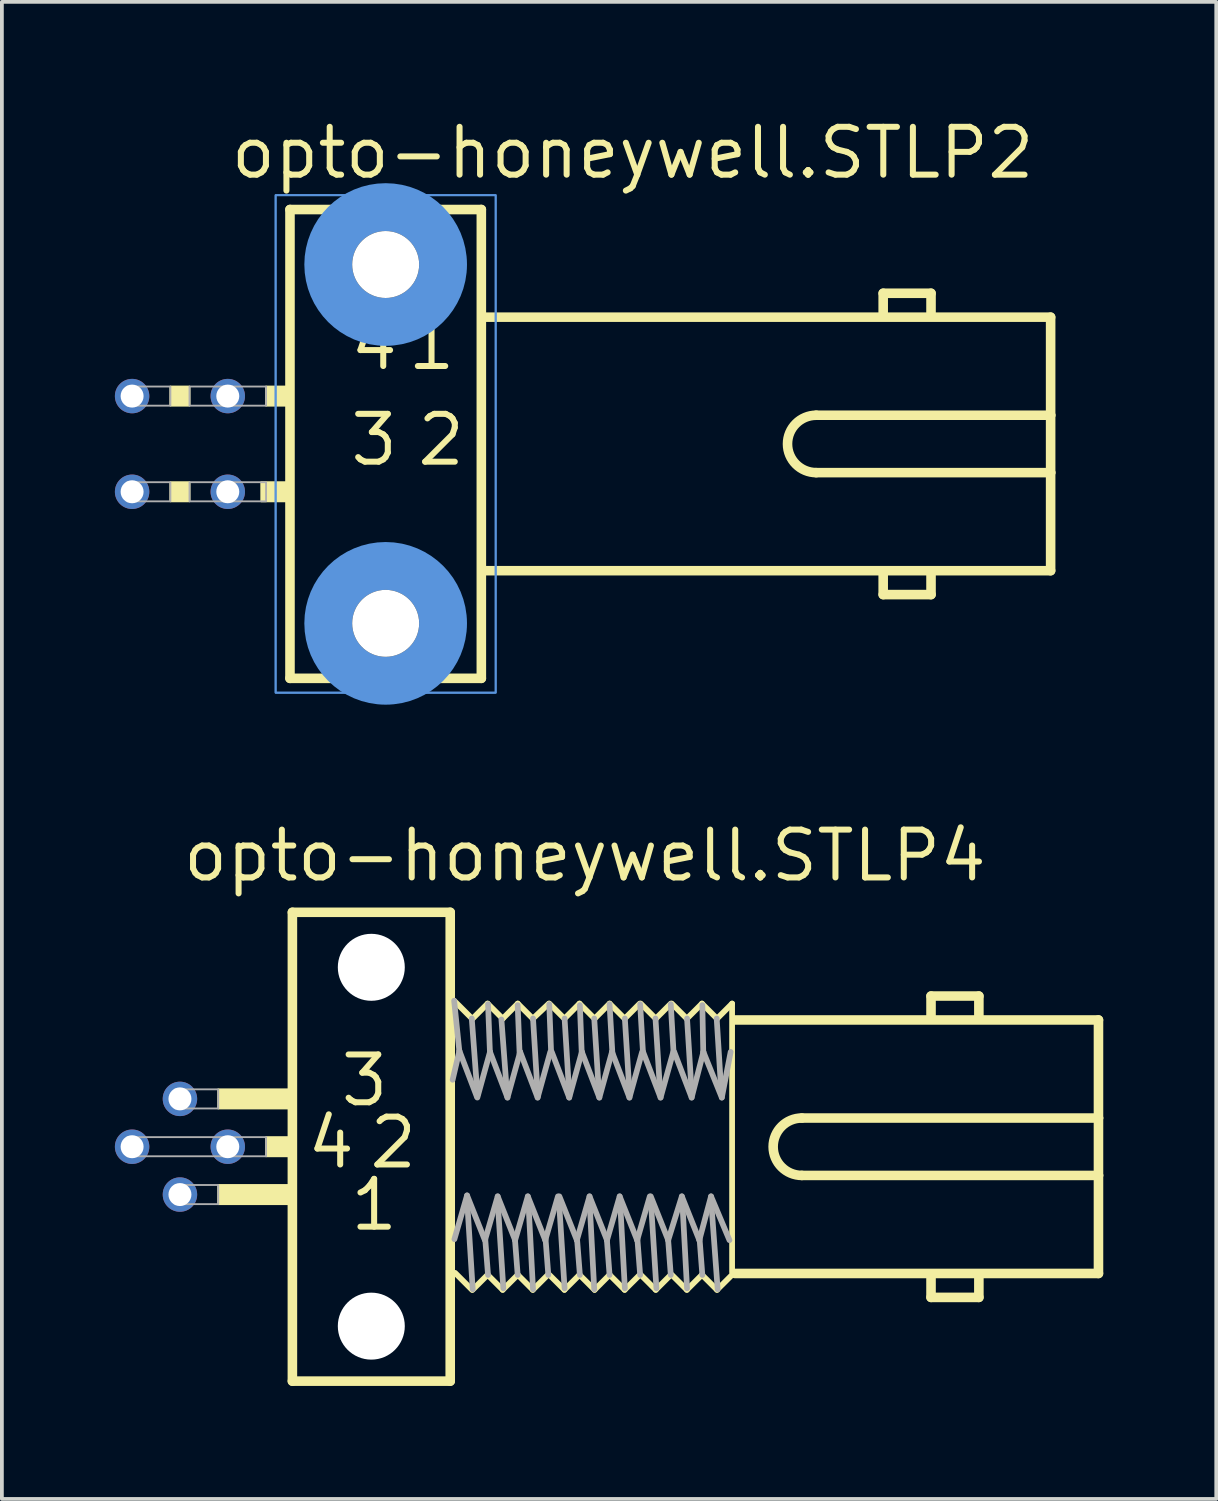
<source format=kicad_pcb>
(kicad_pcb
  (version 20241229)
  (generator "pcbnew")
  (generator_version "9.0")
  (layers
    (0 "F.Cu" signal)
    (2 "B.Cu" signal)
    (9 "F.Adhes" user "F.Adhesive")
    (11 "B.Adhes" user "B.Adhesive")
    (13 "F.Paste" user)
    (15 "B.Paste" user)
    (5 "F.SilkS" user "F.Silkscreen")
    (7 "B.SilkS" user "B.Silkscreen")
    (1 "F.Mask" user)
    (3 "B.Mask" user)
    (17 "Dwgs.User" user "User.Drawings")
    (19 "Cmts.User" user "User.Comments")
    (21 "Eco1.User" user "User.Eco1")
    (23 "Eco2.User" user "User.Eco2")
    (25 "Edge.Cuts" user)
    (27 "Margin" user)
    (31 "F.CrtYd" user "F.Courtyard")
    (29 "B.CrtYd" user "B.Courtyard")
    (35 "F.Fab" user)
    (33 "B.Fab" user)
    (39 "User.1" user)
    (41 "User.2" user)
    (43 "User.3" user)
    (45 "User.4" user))
  (footprint "opto-honeywell.STLP4"
    (layer "F.Cu")
    (at 6.807 27.392)
    (property "Reference" "opto-honeywell.STLP4" (at -5.08 -6.985 0) (layer "F.SilkS") (effects (font (size 1.27 1.27) (thickness 0.16)) (justify left bottom)))
    (attr through_hole)
    (fp_line (start -2.095 -6.223) (end 2.095 -6.223) (stroke (width 0.254) (type default)) (layer "F.SilkS"))
    (fp_line (start -2.095 6.223) (end -2.095 -6.223) (stroke (width 0.254) (type default)) (layer "F.SilkS"))
    (fp_line (start 2.095 -6.223) (end 2.095 6.223) (stroke (width 0.254) (type default)) (layer "F.SilkS"))
    (fp_line (start 2.095 6.223) (end -2.095 6.223) (stroke (width 0.254) (type default)) (layer "F.SilkS"))
    (fp_line (start 2.675 -3.4) (end 2.199 -3.876) (stroke (width 0.152) (type default)) (layer "F.SilkS"))
    (fp_line (start 2.675 3.8) (end 2.224 3.349) (stroke (width 0.152) (type default)) (layer "F.SilkS"))
    (fp_line (start 3.088 -3.8) (end 2.688 -3.4) (stroke (width 0.152) (type default)) (layer "F.SilkS"))
    (fp_line (start 3.088 3.4) (end 2.688 3.8) (stroke (width 0.152) (type default)) (layer "F.SilkS"))
    (fp_line (start 3.488 -3.4) (end 3.088 -3.8) (stroke (width 0.152) (type default)) (layer "F.SilkS"))
    (fp_line (start 3.488 3.8) (end 3.088 3.4) (stroke (width 0.152) (type default)) (layer "F.SilkS"))
    (fp_line (start 3.888 -3.8) (end 3.488 -3.4) (stroke (width 0.152) (type default)) (layer "F.SilkS"))
    (fp_line (start 3.888 3.4) (end 3.488 3.8) (stroke (width 0.152) (type default)) (layer "F.SilkS"))
    (fp_line (start 4.288 -3.4) (end 3.888 -3.8) (stroke (width 0.152) (type default)) (layer "F.SilkS"))
    (fp_line (start 4.288 3.8) (end 3.888 3.4) (stroke (width 0.152) (type default)) (layer "F.SilkS"))
    (fp_line (start 4.688 3.4) (end 4.288 3.8) (stroke (width 0.152) (type default)) (layer "F.SilkS"))
    (fp_line (start 4.714 -3.8) (end 4.288 -3.4) (stroke (width 0.152) (type default)) (layer "F.SilkS"))
    (fp_line (start 5.127 -3.4) (end 4.726 -3.8) (stroke (width 0.152) (type default)) (layer "F.SilkS"))
    (fp_line (start 5.127 3.8) (end 4.726 3.4) (stroke (width 0.152) (type default)) (layer "F.SilkS"))
    (fp_line (start 5.527 -3.8) (end 5.127 -3.4) (stroke (width 0.152) (type default)) (layer "F.SilkS"))
    (fp_line (start 5.527 3.4) (end 5.127 3.8) (stroke (width 0.152) (type default)) (layer "F.SilkS"))
    (fp_line (start 5.927 -3.4) (end 5.527 -3.8) (stroke (width 0.152) (type default)) (layer "F.SilkS"))
    (fp_line (start 5.927 3.8) (end 5.527 3.4) (stroke (width 0.152) (type default)) (layer "F.SilkS"))
    (fp_line (start 6.326 -3.8) (end 5.927 -3.4) (stroke (width 0.152) (type default)) (layer "F.SilkS"))
    (fp_line (start 6.326 3.4) (end 5.927 3.8) (stroke (width 0.152) (type default)) (layer "F.SilkS"))
    (fp_line (start 6.726 -3.4) (end 6.326 -3.8) (stroke (width 0.152) (type default)) (layer "F.SilkS"))
    (fp_line (start 6.726 3.8) (end 6.326 3.4) (stroke (width 0.152) (type default)) (layer "F.SilkS"))
    (fp_line (start 7.127 -3.8) (end 6.726 -3.4) (stroke (width 0.152) (type default)) (layer "F.SilkS"))
    (fp_line (start 7.127 3.4) (end 6.726 3.8) (stroke (width 0.152) (type default)) (layer "F.SilkS"))
    (fp_line (start 7.552 -3.4) (end 7.152 -3.8) (stroke (width 0.152) (type default)) (layer "F.SilkS"))
    (fp_line (start 7.552 3.8) (end 7.152 3.4) (stroke (width 0.152) (type default)) (layer "F.SilkS"))
    (fp_line (start 7.952 -3.8) (end 7.552 -3.4) (stroke (width 0.152) (type default)) (layer "F.SilkS"))
    (fp_line (start 7.952 3.4) (end 7.552 3.8) (stroke (width 0.152) (type default)) (layer "F.SilkS"))
    (fp_line (start 8.377 -3.4) (end 7.977 -3.8) (stroke (width 0.152) (type default)) (layer "F.SilkS"))
    (fp_line (start 8.377 3.8) (end 7.977 3.4) (stroke (width 0.152) (type default)) (layer "F.SilkS"))
    (fp_line (start 8.778 -3.8) (end 8.377 -3.4) (stroke (width 0.152) (type default)) (layer "F.SilkS"))
    (fp_line (start 8.778 3.4) (end 8.377 3.8) (stroke (width 0.152) (type default)) (layer "F.SilkS"))
    (fp_line (start 9.178 -3.4) (end 8.778 -3.8) (stroke (width 0.152) (type default)) (layer "F.SilkS"))
    (fp_line (start 9.178 3.8) (end 8.778 3.4) (stroke (width 0.152) (type default)) (layer "F.SilkS"))
    (fp_line (start 9.578 -3.8) (end 9.178 -3.4) (stroke (width 0.152) (type default)) (layer "F.SilkS"))
    (fp_line (start 9.578 -3.8) (end 9.578 3.331) (stroke (width 0.152) (type default)) (layer "F.SilkS"))
    (fp_line (start 9.578 3.4) (end 9.178 3.8) (stroke (width 0.152) (type default)) (layer "F.SilkS"))
    (fp_line (start 9.652 3.365) (end 19.304 3.365) (stroke (width 0.254) (type default)) (layer "F.SilkS"))
    (fp_line (start 11.43 0.762) (end 19.304 0.762) (stroke (width 0.254) (type default)) (layer "F.SilkS"))
    (fp_line (start 14.859 -4) (end 16.129 -4) (stroke (width 0.254) (type default)) (layer "F.SilkS"))
    (fp_line (start 14.859 -3.429) (end 14.859 -4) (stroke (width 0.254) (type default)) (layer "F.SilkS"))
    (fp_line (start 14.859 4) (end 14.859 3.429) (stroke (width 0.254) (type default)) (layer "F.SilkS"))
    (fp_line (start 16.129 -4) (end 16.129 -3.429) (stroke (width 0.254) (type default)) (layer "F.SilkS"))
    (fp_line (start 16.129 3.429) (end 16.129 4) (stroke (width 0.254) (type default)) (layer "F.SilkS"))
    (fp_line (start 16.129 4) (end 14.859 4) (stroke (width 0.254) (type default)) (layer "F.SilkS"))
    (fp_line (start 19.304 -3.365) (end 9.652 -3.365) (stroke (width 0.254) (type default)) (layer "F.SilkS"))
    (fp_line (start 19.304 -0.762) (end 11.43 -0.762) (stroke (width 0.254) (type default)) (layer "F.SilkS"))
    (fp_line (start 19.304 -0.762) (end 19.304 -3.365) (stroke (width 0.254) (type default)) (layer "F.SilkS"))
    (fp_line (start 19.304 0.762) (end 19.304 -0.762) (stroke (width 0.254) (type default)) (layer "F.SilkS"))
    (fp_line (start 19.304 3.365) (end 19.304 0.762) (stroke (width 0.254) (type default)) (layer "F.SilkS"))
    (fp_rect (start -4.064 -1.016) (end -2.159 -1.524) (stroke (width 0.05) (type default)) (fill yes) (layer "F.SilkS"))
    (fp_rect (start -4.064 1.524) (end -2.159 1.016) (stroke (width 0.05) (type default)) (fill yes) (layer "F.SilkS"))
    (fp_rect (start -2.794 0.254) (end -2.159 -0.254) (stroke (width 0.05) (type default)) (fill yes) (layer "F.SilkS"))
    (fp_arc (start 11.43 0.762) (mid 10.668 0) (end 11.43 -0.762) (stroke (width 0.254) (type default)) (layer "F.SilkS"))
    (fp_line (start 2.159 -1.778) (end 2.337 -2.54) (stroke (width 0.152) (type default)) (layer "F.Fab"))
    (fp_line (start 2.337 -2.54) (end 2.199 -3.876) (stroke (width 0.152) (type default)) (layer "F.Fab"))
    (fp_line (start 2.54 1.372) (end 2.692 3.785) (stroke (width 0.152) (type default)) (layer "F.Fab"))
    (fp_line (start 2.542 1.293) (end 2.206 2.455) (stroke (width 0.152) (type default)) (layer "F.Fab"))
    (fp_line (start 2.667 -3.404) (end 2.819 -1.372) (stroke (width 0.152) (type default)) (layer "F.Fab"))
    (fp_line (start 2.802 -1.33) (end 2.339 -2.543) (stroke (width 0.152) (type default)) (layer "F.Fab"))
    (fp_line (start 3.005 2.455) (end 2.542 1.293) (stroke (width 0.152) (type default)) (layer "F.Fab"))
    (fp_line (start 3.023 2.438) (end 3.099 3.404) (stroke (width 0.152) (type default)) (layer "F.Fab"))
    (fp_line (start 3.099 -3.785) (end 3.15 -2.489) (stroke (width 0.152) (type default)) (layer "F.Fab"))
    (fp_line (start 3.151 -2.517) (end 2.815 -1.305) (stroke (width 0.152) (type default)) (layer "F.Fab"))
    (fp_line (start 3.353 1.422) (end 3.505 3.759) (stroke (width 0.152) (type default)) (layer "F.Fab"))
    (fp_line (start 3.355 1.318) (end 3.018 2.48) (stroke (width 0.152) (type default)) (layer "F.Fab"))
    (fp_line (start 3.454 -3.378) (end 3.607 -1.346) (stroke (width 0.152) (type default)) (layer "F.Fab"))
    (fp_line (start 3.615 -1.305) (end 3.151 -2.517) (stroke (width 0.152) (type default)) (layer "F.Fab"))
    (fp_line (start 3.81 2.413) (end 3.886 3.404) (stroke (width 0.152) (type default)) (layer "F.Fab"))
    (fp_line (start 3.818 2.48) (end 3.355 1.318) (stroke (width 0.152) (type default)) (layer "F.Fab"))
    (fp_line (start 3.886 -3.759) (end 3.937 -2.464) (stroke (width 0.152) (type default)) (layer "F.Fab"))
    (fp_line (start 3.952 -2.517) (end 3.615 -1.305) (stroke (width 0.152) (type default)) (layer "F.Fab"))
    (fp_line (start 4.155 1.318) (end 3.818 2.48) (stroke (width 0.152) (type default)) (layer "F.Fab"))
    (fp_line (start 4.166 1.397) (end 4.293 3.785) (stroke (width 0.152) (type default)) (layer "F.Fab"))
    (fp_line (start 4.293 -3.404) (end 4.42 -1.346) (stroke (width 0.152) (type default)) (layer "F.Fab"))
    (fp_line (start 4.415 -1.305) (end 3.952 -2.517) (stroke (width 0.152) (type default)) (layer "F.Fab"))
    (fp_line (start 4.618 2.48) (end 4.155 1.318) (stroke (width 0.152) (type default)) (layer "F.Fab"))
    (fp_line (start 4.623 2.413) (end 4.699 3.404) (stroke (width 0.152) (type default)) (layer "F.Fab"))
    (fp_line (start 4.724 -3.785) (end 4.775 -2.464) (stroke (width 0.152) (type default)) (layer "F.Fab"))
    (fp_line (start 4.752 -2.517) (end 4.415 -1.305) (stroke (width 0.152) (type default)) (layer "F.Fab"))
    (fp_line (start 4.955 1.318) (end 4.618 2.48) (stroke (width 0.152) (type default)) (layer "F.Fab"))
    (fp_line (start 4.978 1.372) (end 5.131 3.759) (stroke (width 0.152) (type default)) (layer "F.Fab"))
    (fp_line (start 5.131 -3.404) (end 5.258 -1.346) (stroke (width 0.152) (type default)) (layer "F.Fab"))
    (fp_line (start 5.254 -1.305) (end 4.79 -2.517) (stroke (width 0.152) (type default)) (layer "F.Fab"))
    (fp_line (start 5.457 2.48) (end 4.993 1.318) (stroke (width 0.152) (type default)) (layer "F.Fab"))
    (fp_line (start 5.461 2.438) (end 5.537 3.404) (stroke (width 0.152) (type default)) (layer "F.Fab"))
    (fp_line (start 5.537 -3.759) (end 5.588 -2.438) (stroke (width 0.152) (type default)) (layer "F.Fab"))
    (fp_line (start 5.59 -2.517) (end 5.254 -1.305) (stroke (width 0.152) (type default)) (layer "F.Fab"))
    (fp_line (start 5.791 1.397) (end 5.918 3.785) (stroke (width 0.152) (type default)) (layer "F.Fab"))
    (fp_line (start 5.793 1.318) (end 5.457 2.48) (stroke (width 0.152) (type default)) (layer "F.Fab"))
    (fp_line (start 5.918 -3.404) (end 6.045 -1.397) (stroke (width 0.152) (type default)) (layer "F.Fab"))
    (fp_line (start 6.054 -1.305) (end 5.59 -2.517) (stroke (width 0.152) (type default)) (layer "F.Fab"))
    (fp_line (start 6.248 2.388) (end 6.325 3.404) (stroke (width 0.152) (type default)) (layer "F.Fab"))
    (fp_line (start 6.257 2.48) (end 5.793 1.318) (stroke (width 0.152) (type default)) (layer "F.Fab"))
    (fp_line (start 6.325 -3.785) (end 6.401 -2.464) (stroke (width 0.152) (type default)) (layer "F.Fab"))
    (fp_line (start 6.39 -2.517) (end 6.054 -1.305) (stroke (width 0.152) (type default)) (layer "F.Fab"))
    (fp_line (start 6.593 1.318) (end 6.257 2.48) (stroke (width 0.152) (type default)) (layer "F.Fab"))
    (fp_line (start 6.604 1.448) (end 6.731 3.759) (stroke (width 0.152) (type default)) (layer "F.Fab"))
    (fp_line (start 6.731 -3.404) (end 6.858 -1.372) (stroke (width 0.152) (type default)) (layer "F.Fab"))
    (fp_line (start 6.853 -1.305) (end 6.39 -2.517) (stroke (width 0.152) (type default)) (layer "F.Fab"))
    (fp_line (start 7.057 2.48) (end 6.593 1.318) (stroke (width 0.152) (type default)) (layer "F.Fab"))
    (fp_line (start 7.061 2.413) (end 7.137 3.404) (stroke (width 0.152) (type default)) (layer "F.Fab"))
    (fp_line (start 7.137 -3.785) (end 7.214 -2.464) (stroke (width 0.152) (type default)) (layer "F.Fab"))
    (fp_line (start 7.19 -2.517) (end 6.853 -1.305) (stroke (width 0.152) (type default)) (layer "F.Fab"))
    (fp_line (start 7.393 1.318) (end 7.057 2.48) (stroke (width 0.152) (type default)) (layer "F.Fab"))
    (fp_line (start 7.417 1.372) (end 7.569 3.759) (stroke (width 0.152) (type default)) (layer "F.Fab"))
    (fp_line (start 7.544 -3.404) (end 7.671 -1.397) (stroke (width 0.152) (type default)) (layer "F.Fab"))
    (fp_line (start 7.679 -1.305) (end 7.215 -2.517) (stroke (width 0.152) (type default)) (layer "F.Fab"))
    (fp_line (start 7.874 2.388) (end 7.95 3.404) (stroke (width 0.152) (type default)) (layer "F.Fab"))
    (fp_line (start 7.882 2.48) (end 7.419 1.318) (stroke (width 0.152) (type default)) (layer "F.Fab"))
    (fp_line (start 7.95 -3.785) (end 8.026 -2.464) (stroke (width 0.152) (type default)) (layer "F.Fab"))
    (fp_line (start 8.016 -2.517) (end 7.679 -1.305) (stroke (width 0.152) (type default)) (layer "F.Fab"))
    (fp_line (start 8.244 1.318) (end 7.882 2.48) (stroke (width 0.152) (type default)) (layer "F.Fab"))
    (fp_line (start 8.255 1.422) (end 8.382 3.759) (stroke (width 0.152) (type default)) (layer "F.Fab"))
    (fp_line (start 8.382 -3.404) (end 8.509 -1.372) (stroke (width 0.152) (type default)) (layer "F.Fab"))
    (fp_line (start 8.504 -1.305) (end 8.041 -2.517) (stroke (width 0.152) (type default)) (layer "F.Fab"))
    (fp_line (start 8.708 2.48) (end 8.244 1.318) (stroke (width 0.152) (type default)) (layer "F.Fab"))
    (fp_line (start 8.712 2.413) (end 8.788 3.404) (stroke (width 0.152) (type default)) (layer "F.Fab"))
    (fp_line (start 8.788 -3.759) (end 8.814 -2.438) (stroke (width 0.152) (type default)) (layer "F.Fab"))
    (fp_line (start 8.816 -2.517) (end 8.504 -1.305) (stroke (width 0.152) (type default)) (layer "F.Fab"))
    (fp_line (start 9.017 1.372) (end 9.195 3.785) (stroke (width 0.152) (type default)) (layer "F.Fab"))
    (fp_line (start 9.019 1.318) (end 8.708 2.48) (stroke (width 0.152) (type default)) (layer "F.Fab"))
    (fp_line (start 9.169 -3.404) (end 9.296 -1.372) (stroke (width 0.152) (type default)) (layer "F.Fab"))
    (fp_line (start 9.305 -1.305) (end 8.816 -2.517) (stroke (width 0.152) (type default)) (layer "F.Fab"))
    (fp_line (start 9.508 2.48) (end 9.019 1.318) (stroke (width 0.152) (type default)) (layer "F.Fab"))
    (fp_line (start 9.54 -2.517) (end 9.305 -1.305) (stroke (width 0.152) (type default)) (layer "F.Fab"))
    (fp_rect (start -6.477 0.254) (end -3.81 -0.254) (stroke (width 0.05) (type default)) (fill no) (layer "F.Fab"))
    (fp_rect (start -5.207 -1.016) (end -4.064 -1.524) (stroke (width 0.05) (type default)) (fill no) (layer "F.Fab"))
    (fp_rect (start -5.207 1.524) (end -4.064 1.016) (stroke (width 0.05) (type default)) (fill no) (layer "F.Fab"))
    (fp_rect (start -3.937 0.254) (end -2.794 -0.254) (stroke (width 0.05) (type default)) (fill no) (layer "F.Fab"))
    (fp_text user "2" (at -0.127 0.635 0) (layer "F.SilkS") (effects (font (size 1.27 1.27) (thickness 0.16)) (justify left bottom)))
    (fp_text user "1" (at -0.635 2.286 0) (layer "F.SilkS") (effects (font (size 1.27 1.27) (thickness 0.16)) (justify left bottom)))
    (fp_text user "3" (at -0.889 -1.016 0) (layer "F.SilkS") (effects (font (size 1.27 1.27) (thickness 0.16)) (justify left bottom)))
    (fp_text user "4" (at -1.778 0.635 0) (layer "F.SilkS") (effects (font (size 1.27 1.27) (thickness 0.16)) (justify left bottom)))
    (pad "" np_thru_hole circle (at 0 -4.763) (size 1.778 1.778) (drill 1.778) (layers "*.Cu" "*.Mask"))
    (pad "" np_thru_hole circle (at 0 4.763) (size 1.778 1.778) (drill 1.778) (layers "*.Cu" "*.Mask"))
    (pad "1" thru_hole circle (at -5.08 1.27) (size 0.914 0.914) (drill 0.61) (layers "*.Cu" "*.Mask"))
    (pad "2" thru_hole circle (at -3.81 0) (size 0.914 0.914) (drill 0.61) (layers "*.Cu" "*.Mask"))
    (pad "3" thru_hole circle (at -5.08 -1.27) (size 0.914 0.914) (drill 0.61) (layers "*.Cu" "*.Mask"))
    (pad "4" thru_hole circle (at -6.35 0) (size 0.914 0.914) (drill 0.61) (layers "*.Cu" "*.Mask")))
  (footprint "opto-honeywell.STLP2"
    (layer "F.Cu")
    (at 8.077 8.735)
    (property "Reference" "opto-honeywell.STLP2" (at -5.08 -6.985 0) (layer "F.SilkS") (effects (font (size 1.27 1.27) (thickness 0.16)) (justify left bottom)))
    (attr through_hole)
    (fp_line (start -3.429 -6.223) (end 1.651 -6.223) (stroke (width 0.254) (type default)) (layer "F.SilkS"))
    (fp_line (start -3.429 6.223) (end -3.429 -6.223) (stroke (width 0.254) (type default)) (layer "F.SilkS"))
    (fp_line (start 1.651 -6.223) (end 1.651 6.223) (stroke (width 0.254) (type default)) (layer "F.SilkS"))
    (fp_line (start 1.651 6.223) (end -3.429 6.223) (stroke (width 0.254) (type default)) (layer "F.SilkS"))
    (fp_line (start 1.714 3.365) (end 16.764 3.365) (stroke (width 0.254) (type default)) (layer "F.SilkS"))
    (fp_line (start 10.541 0.762) (end 16.764 0.762) (stroke (width 0.254) (type default)) (layer "F.SilkS"))
    (fp_line (start 12.319 -4) (end 13.589 -4) (stroke (width 0.254) (type default)) (layer "F.SilkS"))
    (fp_line (start 12.319 -3.429) (end 12.319 -4) (stroke (width 0.254) (type default)) (layer "F.SilkS"))
    (fp_line (start 12.319 4) (end 12.319 3.429) (stroke (width 0.254) (type default)) (layer "F.SilkS"))
    (fp_line (start 13.589 -4) (end 13.589 -3.429) (stroke (width 0.254) (type default)) (layer "F.SilkS"))
    (fp_line (start 13.589 3.429) (end 13.589 4) (stroke (width 0.254) (type default)) (layer "F.SilkS"))
    (fp_line (start 13.589 4) (end 12.319 4) (stroke (width 0.254) (type default)) (layer "F.SilkS"))
    (fp_line (start 16.764 -3.365) (end 1.714 -3.365) (stroke (width 0.254) (type default)) (layer "F.SilkS"))
    (fp_line (start 16.764 -0.762) (end 10.541 -0.762) (stroke (width 0.254) (type default)) (layer "F.SilkS"))
    (fp_line (start 16.764 -0.762) (end 16.764 -3.365) (stroke (width 0.254) (type default)) (layer "F.SilkS"))
    (fp_line (start 16.764 0.762) (end 16.764 -0.762) (stroke (width 0.254) (type default)) (layer "F.SilkS"))
    (fp_line (start 16.764 3.365) (end 16.764 0.762) (stroke (width 0.254) (type default)) (layer "F.SilkS"))
    (fp_rect (start -6.604 -1.016) (end -6.096 -1.524) (stroke (width 0.05) (type default)) (fill yes) (layer "F.SilkS"))
    (fp_rect (start -6.604 1.524) (end -6.096 1.016) (stroke (width 0.05) (type default)) (fill yes) (layer "F.SilkS"))
    (fp_rect (start -4.191 1.524) (end -3.429 1.016) (stroke (width 0.05) (type default)) (fill yes) (layer "F.SilkS"))
    (fp_rect (start -4.064 -1.016) (end -3.429 -1.524) (stroke (width 0.05) (type default)) (fill yes) (layer "F.SilkS"))
    (fp_arc (start 10.541 0.762) (mid 9.779 0) (end 10.541 -0.762) (stroke (width 0.254) (type default)) (layer "F.SilkS"))
    (fp_rect (start -3.81 6.604) (end 2.032 -6.604) (stroke (width 0.05) (type default)) (fill no) (layer "Cmts.User"))
    (fp_rect (start -3.81 6.604) (end 2.032 -6.604) (stroke (width 0.05) (type default)) (fill no) (layer "Cmts.User"))
    (fp_circle (center -0.889 -4.763) (end 0.635 -4.763) (stroke (width 1.27) (type default)) (fill no) (layer "Cmts.User"))
    (fp_circle (center -0.889 4.763) (end 0.635 4.763) (stroke (width 1.27) (type default)) (fill no) (layer "Cmts.User"))
    (fp_rect (start -7.747 -1.016) (end -6.604 -1.524) (stroke (width 0.05) (type default)) (fill no) (layer "F.Fab"))
    (fp_rect (start -7.747 1.524) (end -6.604 1.016) (stroke (width 0.05) (type default)) (fill no) (layer "F.Fab"))
    (fp_rect (start -6.096 -1.016) (end -4.953 -1.524) (stroke (width 0.05) (type default)) (fill no) (layer "F.Fab"))
    (fp_rect (start -6.096 1.524) (end -4.953 1.016) (stroke (width 0.05) (type default)) (fill no) (layer "F.Fab"))
    (fp_rect (start -5.207 -1.016) (end -4.064 -1.524) (stroke (width 0.05) (type default)) (fill no) (layer "F.Fab"))
    (fp_rect (start -5.207 1.524) (end -4.064 1.016) (stroke (width 0.05) (type default)) (fill no) (layer "F.Fab"))
    (fp_text user "1" (at -0.381 -1.905 180) (layer "F.SilkS") (effects (font (size 1.27 1.27) (thickness 0.16)) (justify left bottom)))
    (fp_text user "2" (at -0.127 0.635 180) (layer "F.SilkS") (effects (font (size 1.27 1.27) (thickness 0.16)) (justify left bottom)))
    (fp_text user "4" (at -1.905 -1.905 180) (layer "F.SilkS") (effects (font (size 1.27 1.27) (thickness 0.16)) (justify left bottom)))
    (fp_text user "3" (at -1.905 0.635 180) (layer "F.SilkS") (effects (font (size 1.27 1.27) (thickness 0.16)) (justify left bottom)))
    (pad "" np_thru_hole circle (at -0.889 -4.763) (size 1.778 1.778) (drill 1.778) (layers "*.Cu" "*.Mask"))
    (pad "" np_thru_hole circle (at -0.889 4.763) (size 1.778 1.778) (drill 1.778) (layers "*.Cu" "*.Mask"))
    (pad "1" thru_hole circle (at -5.08 -1.27) (size 0.914 0.914) (drill 0.61) (layers "*.Cu" "*.Mask"))
    (pad "2" thru_hole circle (at -5.08 1.27) (size 0.914 0.914) (drill 0.61) (layers "*.Cu" "*.Mask"))
    (pad "3" thru_hole circle (at -7.62 1.27) (size 0.914 0.914) (drill 0.61) (layers "*.Cu" "*.Mask"))
    (pad "4" thru_hole circle (at -7.62 -1.27) (size 0.914 0.914) (drill 0.61) (layers "*.Cu" "*.Mask")))
  (gr_rect
    (start -3 -3)
    (end 29.238 36.742)
    (stroke (width 0.1) (type default))
    (fill no)
    (layer "Edge.Cuts")))
</source>
